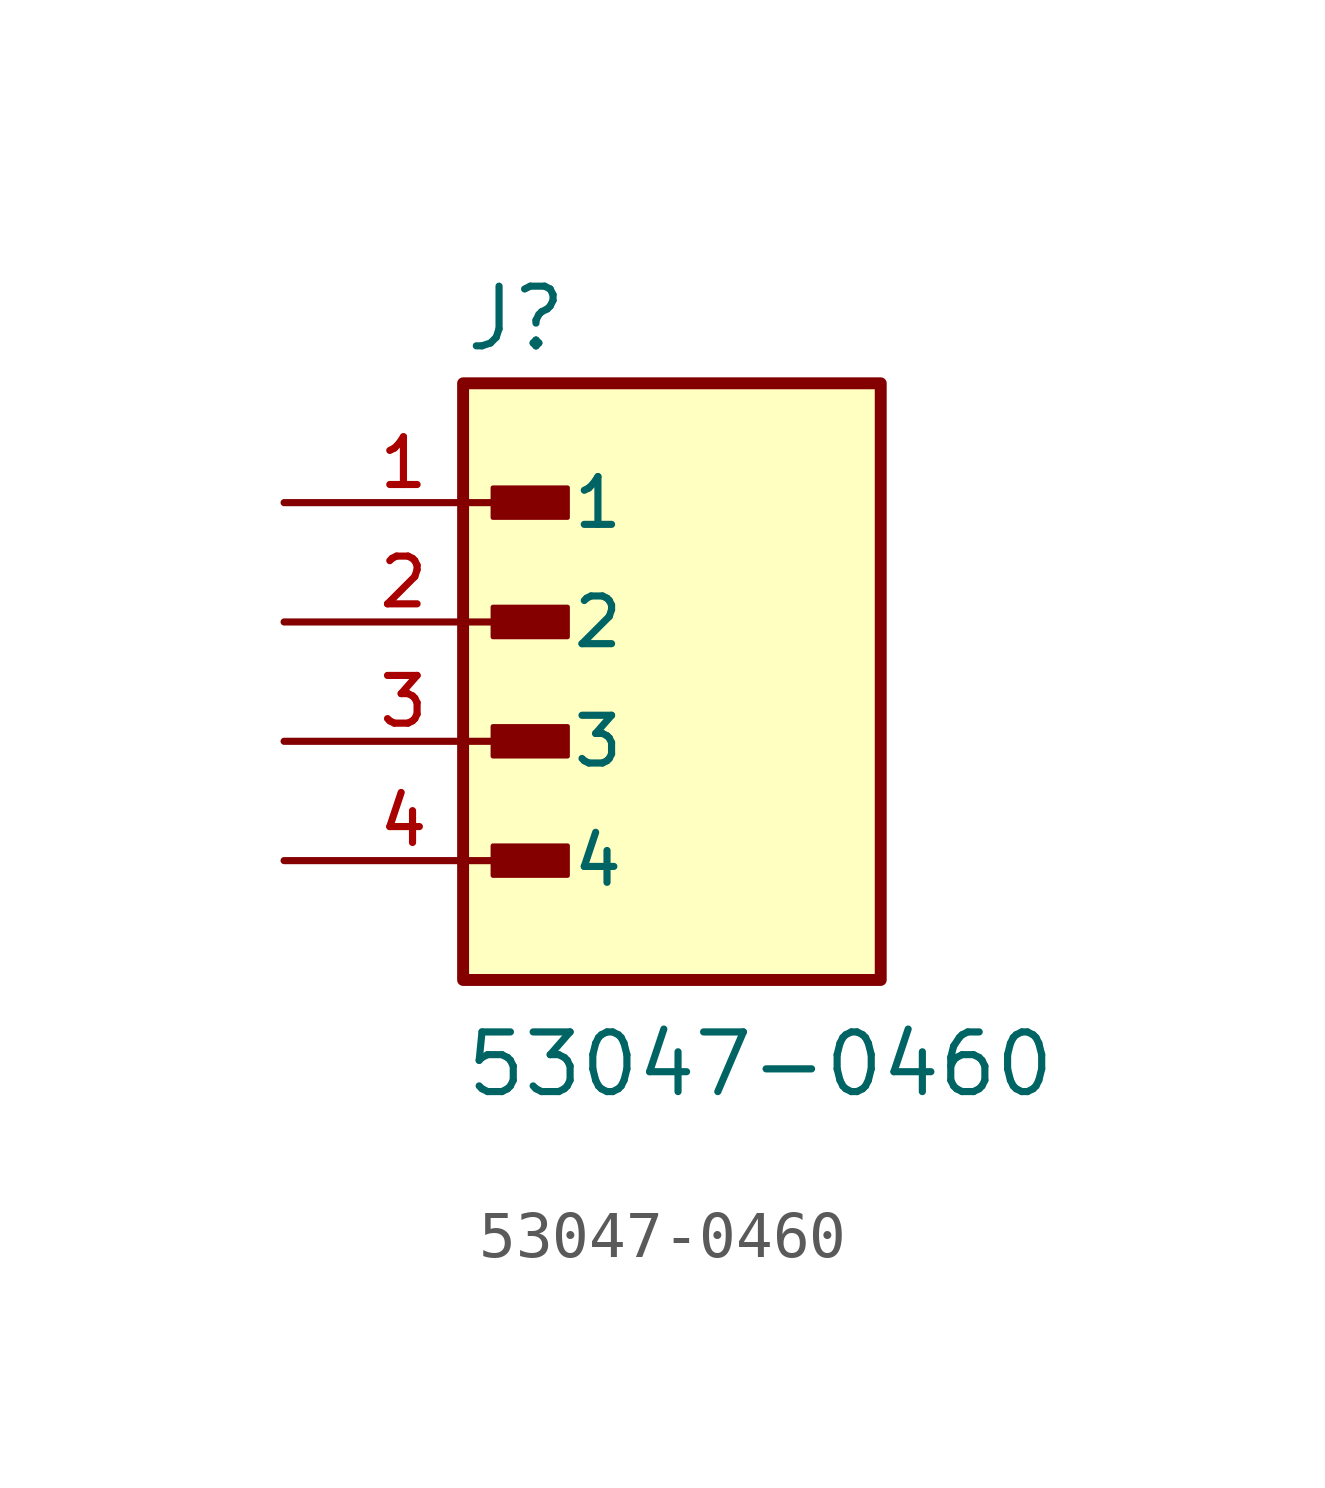
<source format=kicad_sym>
(kicad_symbol_lib
  (version 20211014)
  (generator kicad_symbol_editor)
  (symbol "53047-0460"
    (pin_names
      (offset 1.016))
    (property "Reference" "J"
      (at -3.81 5.715 0)
      (effects (font (size 1.27 1.27)) (justify bottom left)))
    (property "Value" "53047-0460"
      (at -3.81 -10.16 0)
      (effects (font (size 1.27 1.27)) (justify bottom left)))
    (symbol "53047-0460_0_0"
      (rectangle (start -3.175 2.223) (end -1.587 2.857) (stroke (width 0.1)) (fill (type outline)))
      (rectangle (start -3.175 -0.318) (end -1.587 0.318) (stroke (width 0.1)) (fill (type outline)))
      (rectangle (start -3.175 -2.857) (end -1.587 -2.223) (stroke (width 0.1)) (fill (type outline)))
      (rectangle (start -3.175 -5.397) (end -1.587 -4.763) (stroke (width 0.1)) (fill (type outline)))
      (rectangle (start -3.81 -7.62) (end 5.08 5.08) (stroke (width 0.254)) (fill (type background)))
      (pin passive line (at -7.62 2.54 0) (length 5.08) (name "1" (effects (font (size 1.016 1.016)))) (number "1" (effects (font (size 1.016 1.016)))))
      (pin passive line (at -7.62 0.0 0) (length 5.08) (name "2" (effects (font (size 1.016 1.016)))) (number "2" (effects (font (size 1.016 1.016)))))
      (pin passive line (at -7.62 -2.54 0) (length 5.08) (name "3" (effects (font (size 1.016 1.016)))) (number "3" (effects (font (size 1.016 1.016)))))
      (pin passive line (at -7.62 -5.08 0) (length 5.08) (name "4" (effects (font (size 1.016 1.016)))) (number "4" (effects (font (size 1.016 1.016))))))))
</source>
